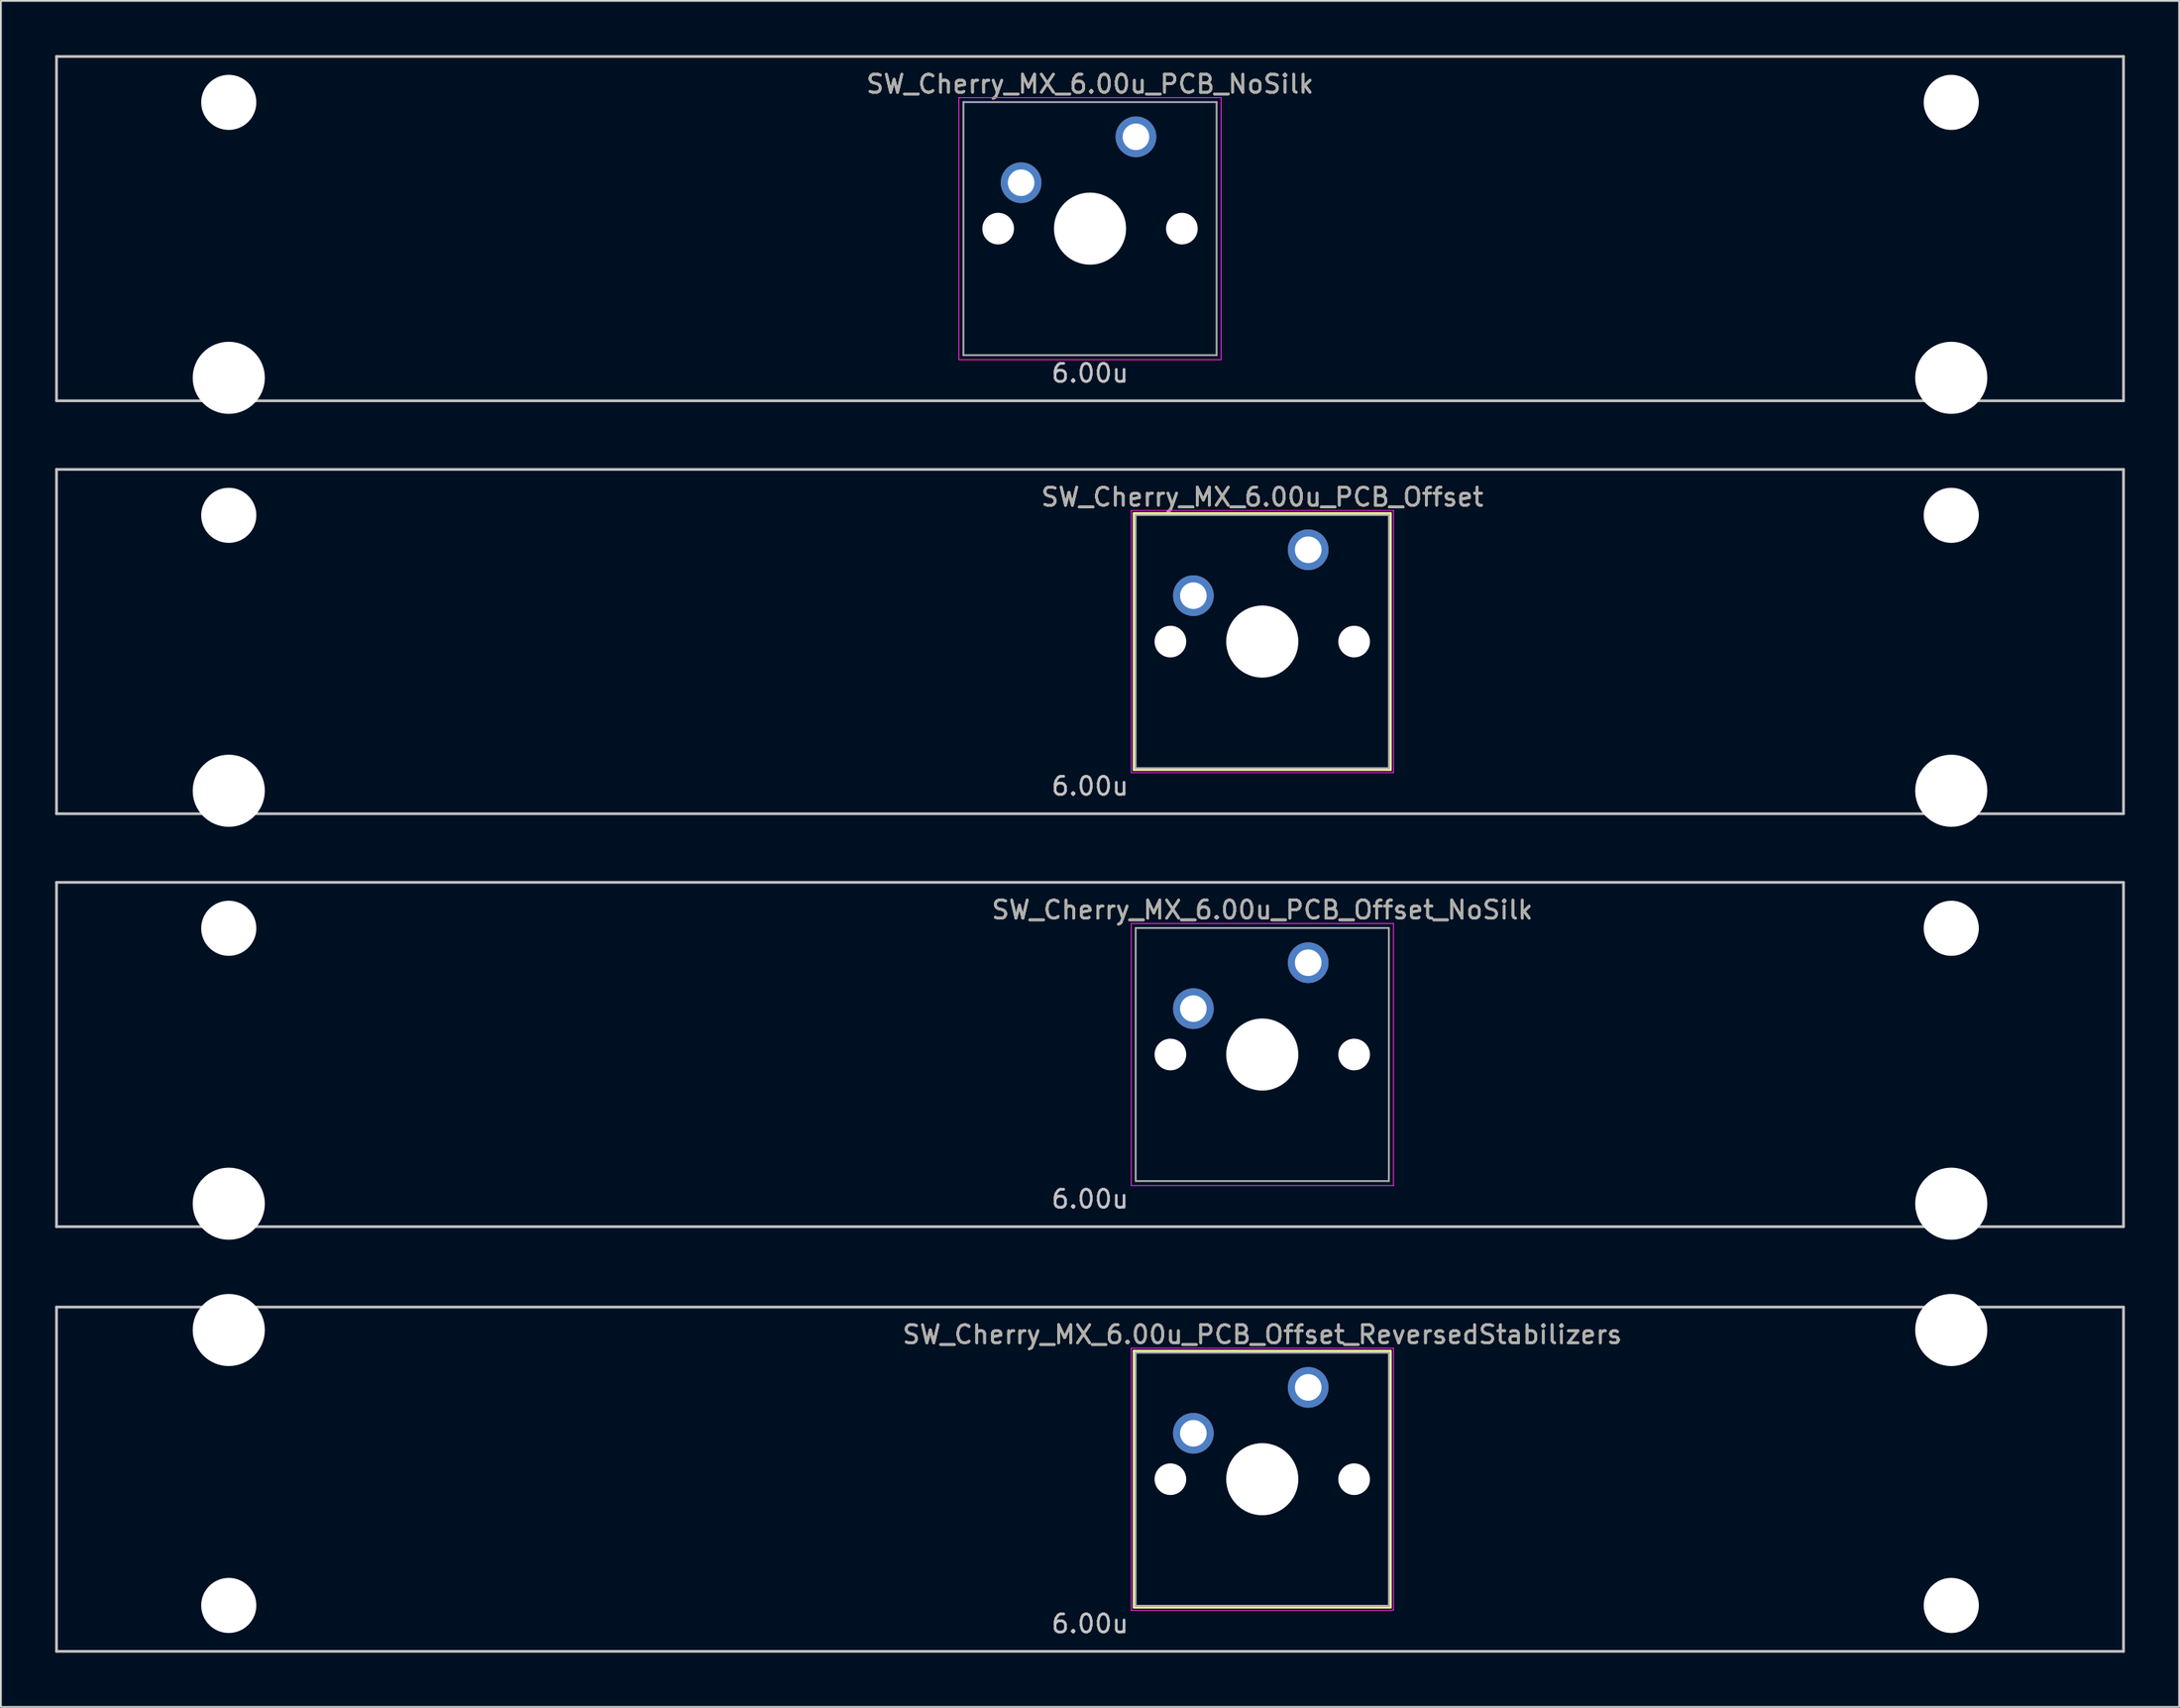
<source format=kicad_pcb>
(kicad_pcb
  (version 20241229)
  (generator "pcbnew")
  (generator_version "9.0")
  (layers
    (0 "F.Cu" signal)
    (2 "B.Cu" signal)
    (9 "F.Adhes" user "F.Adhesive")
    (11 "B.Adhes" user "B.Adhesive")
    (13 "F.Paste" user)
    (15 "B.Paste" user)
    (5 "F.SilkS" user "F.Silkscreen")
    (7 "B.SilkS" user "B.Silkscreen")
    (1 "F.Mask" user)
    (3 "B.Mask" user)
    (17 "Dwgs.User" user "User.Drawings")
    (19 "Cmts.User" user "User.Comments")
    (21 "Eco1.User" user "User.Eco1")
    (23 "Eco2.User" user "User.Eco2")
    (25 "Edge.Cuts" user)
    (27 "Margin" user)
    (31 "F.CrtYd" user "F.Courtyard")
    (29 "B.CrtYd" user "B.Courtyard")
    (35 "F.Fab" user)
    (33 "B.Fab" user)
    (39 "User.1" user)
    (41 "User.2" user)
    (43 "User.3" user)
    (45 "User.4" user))
  (footprint "SW_Cherry_MX_6.00u_PCB_Offset"
    (layer "F.Cu")
    (at 57.225 32.449)
    (property "Reference" "SW_Cherry_MX_6.00u_PCB_Offset" (at 9.525 -8 0) (layer "F.SilkS") (effects (font (size 1 1) (thickness 0.15))))
    (attr through_hole)
    (fp_line (start 2.425 -7.1) (end 16.625 -7.1) (stroke (width 0.12) (type solid)) (layer "F.SilkS"))
    (fp_line (start 2.425 7.1) (end 2.425 -7.1) (stroke (width 0.12) (type solid)) (layer "F.SilkS"))
    (fp_line (start 16.625 -7.1) (end 16.625 7.1) (stroke (width 0.12) (type solid)) (layer "F.SilkS"))
    (fp_line (start 16.625 7.1) (end 2.425 7.1) (stroke (width 0.12) (type solid)) (layer "F.SilkS"))
    (fp_line (start -57.15 -9.525) (end 57.15 -9.525) (stroke (width 0.15) (type solid)) (layer "Dwgs.User"))
    (fp_line (start -57.15 9.525) (end -57.15 -9.525) (stroke (width 0.15) (type solid)) (layer "Dwgs.User"))
    (fp_line (start -57.15 9.525) (end 57.15 9.525) (stroke (width 0.15) (type solid)) (layer "Dwgs.User"))
    (fp_line (start 57.15 -9.525) (end 57.15 9.525) (stroke (width 0.15) (type solid)) (layer "Dwgs.User"))
    (fp_line (start 2.28 -7.25) (end 16.78 -7.25) (stroke (width 0.05) (type solid)) (layer "F.CrtYd"))
    (fp_line (start 2.28 7.25) (end 2.28 -7.25) (stroke (width 0.05) (type solid)) (layer "F.CrtYd"))
    (fp_line (start 16.78 -7.25) (end 16.78 7.25) (stroke (width 0.05) (type solid)) (layer "F.CrtYd"))
    (fp_line (start 16.78 7.25) (end 2.28 7.25) (stroke (width 0.05) (type solid)) (layer "F.CrtYd"))
    (fp_line (start 2.525 -7) (end 16.525 -7) (stroke (width 0.1) (type solid)) (layer "F.Fab"))
    (fp_line (start 2.525 7) (end 2.525 -7) (stroke (width 0.1) (type solid)) (layer "F.Fab"))
    (fp_line (start 16.525 -7) (end 16.525 7) (stroke (width 0.1) (type solid)) (layer "F.Fab"))
    (fp_line (start 16.525 7) (end 2.525 7) (stroke (width 0.1) (type solid)) (layer "F.Fab"))
    (fp_text user "6.00u" (at 0 8 0) (layer "Dwgs.User") (effects (font (size 1 1) (thickness 0.15))))
    (fp_text user "${REFERENCE}" (at 9.525 -8 0) (layer "F.Fab") (effects (font (size 1 1) (thickness 0.15))))
    (pad "" np_thru_hole circle (at -47.625 -6.985) (size 3.048 3.048) (drill 3.048) (layers "*.Cu" "*.Mask"))
    (pad "" np_thru_hole circle (at -47.625 8.255) (size 3.988 3.988) (drill 3.988) (layers "*.Cu" "*.Mask"))
    (pad "" np_thru_hole circle (at 4.445 0 48.1) (size 1.75 1.75) (drill 1.75) (layers "*.Cu" "*.Mask"))
    (pad "" np_thru_hole circle (at 9.525 0) (size 3.988 3.988) (drill 3.988) (layers "*.Cu" "*.Mask"))
    (pad "" np_thru_hole circle (at 14.605 0 48.1) (size 1.75 1.75) (drill 1.75) (layers "*.Cu" "*.Mask"))
    (pad "" np_thru_hole circle (at 47.625 -6.985) (size 3.048 3.048) (drill 3.048) (layers "*.Cu" "*.Mask"))
    (pad "" np_thru_hole circle (at 47.625 8.255) (size 3.988 3.988) (drill 3.988) (layers "*.Cu" "*.Mask"))
    (pad "1" thru_hole circle (at 5.715 -2.54) (size 2.25 2.25) (drill 1.47) (layers "*.Cu" "B.Mask"))
    (pad "2" thru_hole circle (at 12.065 -5.08) (size 2.25 2.25) (drill 1.47) (layers "*.Cu" "B.Mask")))
  (footprint "SW_Cherry_MX_6.00u_PCB_Offset_ReversedStabilizers"
    (layer "F.Cu")
    (at 57.225 78.796)
    (property "Reference" "SW_Cherry_MX_6.00u_PCB_Offset_ReversedStabilizers" (at 9.525 -8 0) (layer "F.SilkS") (effects (font (size 1 1) (thickness 0.15))))
    (attr through_hole)
    (fp_line (start 2.425 -7.1) (end 16.625 -7.1) (stroke (width 0.12) (type solid)) (layer "F.SilkS"))
    (fp_line (start 2.425 7.1) (end 2.425 -7.1) (stroke (width 0.12) (type solid)) (layer "F.SilkS"))
    (fp_line (start 16.625 -7.1) (end 16.625 7.1) (stroke (width 0.12) (type solid)) (layer "F.SilkS"))
    (fp_line (start 16.625 7.1) (end 2.425 7.1) (stroke (width 0.12) (type solid)) (layer "F.SilkS"))
    (fp_line (start -57.15 -9.525) (end 57.15 -9.525) (stroke (width 0.15) (type solid)) (layer "Dwgs.User"))
    (fp_line (start -57.15 9.525) (end -57.15 -9.525) (stroke (width 0.15) (type solid)) (layer "Dwgs.User"))
    (fp_line (start -57.15 9.525) (end 57.15 9.525) (stroke (width 0.15) (type solid)) (layer "Dwgs.User"))
    (fp_line (start 57.15 -9.525) (end 57.15 9.525) (stroke (width 0.15) (type solid)) (layer "Dwgs.User"))
    (fp_line (start 2.28 -7.25) (end 16.78 -7.25) (stroke (width 0.05) (type solid)) (layer "F.CrtYd"))
    (fp_line (start 2.28 7.25) (end 2.28 -7.25) (stroke (width 0.05) (type solid)) (layer "F.CrtYd"))
    (fp_line (start 16.78 -7.25) (end 16.78 7.25) (stroke (width 0.05) (type solid)) (layer "F.CrtYd"))
    (fp_line (start 16.78 7.25) (end 2.28 7.25) (stroke (width 0.05) (type solid)) (layer "F.CrtYd"))
    (fp_line (start 2.525 -7) (end 16.525 -7) (stroke (width 0.1) (type solid)) (layer "F.Fab"))
    (fp_line (start 2.525 7) (end 2.525 -7) (stroke (width 0.1) (type solid)) (layer "F.Fab"))
    (fp_line (start 16.525 -7) (end 16.525 7) (stroke (width 0.1) (type solid)) (layer "F.Fab"))
    (fp_line (start 16.525 7) (end 2.525 7) (stroke (width 0.1) (type solid)) (layer "F.Fab"))
    (fp_text user "6.00u" (at 0 8 0) (layer "Dwgs.User") (effects (font (size 1 1) (thickness 0.15))))
    (fp_text user "${REFERENCE}" (at 9.525 -8 0) (layer "F.Fab") (effects (font (size 1 1) (thickness 0.15))))
    (pad "" np_thru_hole circle (at -47.625 -8.255) (size 3.988 3.988) (drill 3.988) (layers "*.Cu" "*.Mask"))
    (pad "" np_thru_hole circle (at -47.625 6.985) (size 3.048 3.048) (drill 3.048) (layers "*.Cu" "*.Mask"))
    (pad "" np_thru_hole circle (at 4.445 0 48.1) (size 1.75 1.75) (drill 1.75) (layers "*.Cu" "*.Mask"))
    (pad "" np_thru_hole circle (at 9.525 0) (size 3.988 3.988) (drill 3.988) (layers "*.Cu" "*.Mask"))
    (pad "" np_thru_hole circle (at 14.605 0 48.1) (size 1.75 1.75) (drill 1.75) (layers "*.Cu" "*.Mask"))
    (pad "" np_thru_hole circle (at 47.625 -8.255) (size 3.988 3.988) (drill 3.988) (layers "*.Cu" "*.Mask"))
    (pad "" np_thru_hole circle (at 47.625 6.985) (size 3.048 3.048) (drill 3.048) (layers "*.Cu" "*.Mask"))
    (pad "1" thru_hole circle (at 5.715 -2.54) (size 2.25 2.25) (drill 1.47) (layers "*.Cu" "B.Mask"))
    (pad "2" thru_hole circle (at 12.065 -5.08) (size 2.25 2.25) (drill 1.47) (layers "*.Cu" "B.Mask")))
  (footprint "SW_Cherry_MX_6.00u_PCB_Offset_NoSilk"
    (layer "F.Cu")
    (at 57.225 55.298)
    (property "Reference" "SW_Cherry_MX_6.00u_PCB_Offset_NoSilk" (at 9.525 -8 0) (layer "F.SilkS") (effects (font (size 1 1) (thickness 0.15))))
    (attr through_hole)
    (fp_line (start -57.15 -9.525) (end 57.15 -9.525) (stroke (width 0.15) (type solid)) (layer "Dwgs.User"))
    (fp_line (start -57.15 9.525) (end -57.15 -9.525) (stroke (width 0.15) (type solid)) (layer "Dwgs.User"))
    (fp_line (start -57.15 9.525) (end 57.15 9.525) (stroke (width 0.15) (type solid)) (layer "Dwgs.User"))
    (fp_line (start 57.15 -9.525) (end 57.15 9.525) (stroke (width 0.15) (type solid)) (layer "Dwgs.User"))
    (fp_line (start 2.28 -7.25) (end 16.78 -7.25) (stroke (width 0.05) (type solid)) (layer "F.CrtYd"))
    (fp_line (start 2.28 7.25) (end 2.28 -7.25) (stroke (width 0.05) (type solid)) (layer "F.CrtYd"))
    (fp_line (start 16.78 -7.25) (end 16.78 7.25) (stroke (width 0.05) (type solid)) (layer "F.CrtYd"))
    (fp_line (start 16.78 7.25) (end 2.28 7.25) (stroke (width 0.05) (type solid)) (layer "F.CrtYd"))
    (fp_line (start 2.525 -7) (end 16.525 -7) (stroke (width 0.1) (type solid)) (layer "F.Fab"))
    (fp_line (start 2.525 7) (end 2.525 -7) (stroke (width 0.1) (type solid)) (layer "F.Fab"))
    (fp_line (start 16.525 -7) (end 16.525 7) (stroke (width 0.1) (type solid)) (layer "F.Fab"))
    (fp_line (start 16.525 7) (end 2.525 7) (stroke (width 0.1) (type solid)) (layer "F.Fab"))
    (fp_text user "6.00u" (at 0 8 0) (layer "Dwgs.User") (effects (font (size 1 1) (thickness 0.15))))
    (fp_text user "${REFERENCE}" (at 9.525 -8 0) (layer "F.Fab") (effects (font (size 1 1) (thickness 0.15))))
    (pad "" np_thru_hole circle (at -47.625 -6.985) (size 3.048 3.048) (drill 3.048) (layers "*.Cu" "*.Mask"))
    (pad "" np_thru_hole circle (at -47.625 8.255) (size 3.988 3.988) (drill 3.988) (layers "*.Cu" "*.Mask"))
    (pad "" np_thru_hole circle (at 4.445 0 48.1) (size 1.75 1.75) (drill 1.75) (layers "*.Cu" "*.Mask"))
    (pad "" np_thru_hole circle (at 9.525 0) (size 3.988 3.988) (drill 3.988) (layers "*.Cu" "*.Mask"))
    (pad "" np_thru_hole circle (at 14.605 0 48.1) (size 1.75 1.75) (drill 1.75) (layers "*.Cu" "*.Mask"))
    (pad "" np_thru_hole circle (at 47.625 -6.985) (size 3.048 3.048) (drill 3.048) (layers "*.Cu" "*.Mask"))
    (pad "" np_thru_hole circle (at 47.625 8.255) (size 3.988 3.988) (drill 3.988) (layers "*.Cu" "*.Mask"))
    (pad "1" thru_hole circle (at 5.715 -2.54) (size 2.25 2.25) (drill 1.47) (layers "*.Cu" "B.Mask"))
    (pad "2" thru_hole circle (at 12.065 -5.08) (size 2.25 2.25) (drill 1.47) (layers "*.Cu" "B.Mask")))
  (footprint "SW_Cherry_MX_6.00u_PCB_NoSilk"
    (layer "F.Cu")
    (at 57.225 9.6)
    (property "Reference" "SW_Cherry_MX_6.00u_PCB_NoSilk" (at 0 -8 0) (layer "F.SilkS") (effects (font (size 1 1) (thickness 0.15))))
    (attr through_hole)
    (fp_line (start -57.15 -9.525) (end 57.15 -9.525) (stroke (width 0.15) (type solid)) (layer "Dwgs.User"))
    (fp_line (start -57.15 9.525) (end -57.15 -9.525) (stroke (width 0.15) (type solid)) (layer "Dwgs.User"))
    (fp_line (start -57.15 9.525) (end 57.15 9.525) (stroke (width 0.15) (type solid)) (layer "Dwgs.User"))
    (fp_line (start 57.15 -9.525) (end 57.15 9.525) (stroke (width 0.15) (type solid)) (layer "Dwgs.User"))
    (fp_line (start -7.25 -7.25) (end 7.25 -7.25) (stroke (width 0.05) (type solid)) (layer "F.CrtYd"))
    (fp_line (start -7.25 7.25) (end -7.25 -7.25) (stroke (width 0.05) (type solid)) (layer "F.CrtYd"))
    (fp_line (start 7.25 -7.25) (end 7.25 7.25) (stroke (width 0.05) (type solid)) (layer "F.CrtYd"))
    (fp_line (start 7.25 7.25) (end -7.25 7.25) (stroke (width 0.05) (type solid)) (layer "F.CrtYd"))
    (fp_line (start -7 -7) (end 7 -7) (stroke (width 0.1) (type solid)) (layer "F.Fab"))
    (fp_line (start -7 7) (end -7 -7) (stroke (width 0.1) (type solid)) (layer "F.Fab"))
    (fp_line (start 7 -7) (end 7 7) (stroke (width 0.1) (type solid)) (layer "F.Fab"))
    (fp_line (start 7 7) (end -7 7) (stroke (width 0.1) (type solid)) (layer "F.Fab"))
    (fp_text user "6.00u" (at 0 8 0) (layer "Dwgs.User") (effects (font (size 1 1) (thickness 0.15))))
    (fp_text user "${REFERENCE}" (at 0 -8 0) (layer "F.Fab") (effects (font (size 1 1) (thickness 0.15))))
    (pad "" np_thru_hole circle (at -47.625 -6.985) (size 3.048 3.048) (drill 3.048) (layers "*.Cu" "*.Mask"))
    (pad "" np_thru_hole circle (at -47.625 8.255) (size 3.988 3.988) (drill 3.988) (layers "*.Cu" "*.Mask"))
    (pad "" np_thru_hole circle (at -5.08 0 48.1) (size 1.75 1.75) (drill 1.75) (layers "*.Cu" "*.Mask"))
    (pad "" np_thru_hole circle (at 0 0) (size 3.988 3.988) (drill 3.988) (layers "*.Cu" "*.Mask"))
    (pad "" np_thru_hole circle (at 5.08 0 48.1) (size 1.75 1.75) (drill 1.75) (layers "*.Cu" "*.Mask"))
    (pad "" np_thru_hole circle (at 47.625 -6.985) (size 3.048 3.048) (drill 3.048) (layers "*.Cu" "*.Mask"))
    (pad "" np_thru_hole circle (at 47.625 8.255) (size 3.988 3.988) (drill 3.988) (layers "*.Cu" "*.Mask"))
    (pad "1" thru_hole circle (at -3.81 -2.54) (size 2.25 2.25) (drill 1.47) (layers "*.Cu" "B.Mask"))
    (pad "2" thru_hole circle (at 2.54 -5.08) (size 2.25 2.25) (drill 1.47) (layers "*.Cu" "B.Mask")))
  (gr_rect
    (start -3 -3)
    (end 117.45 91.396)
    (stroke (width 0.1) (type default))
    (fill no)
    (layer "Edge.Cuts")))
</source>
